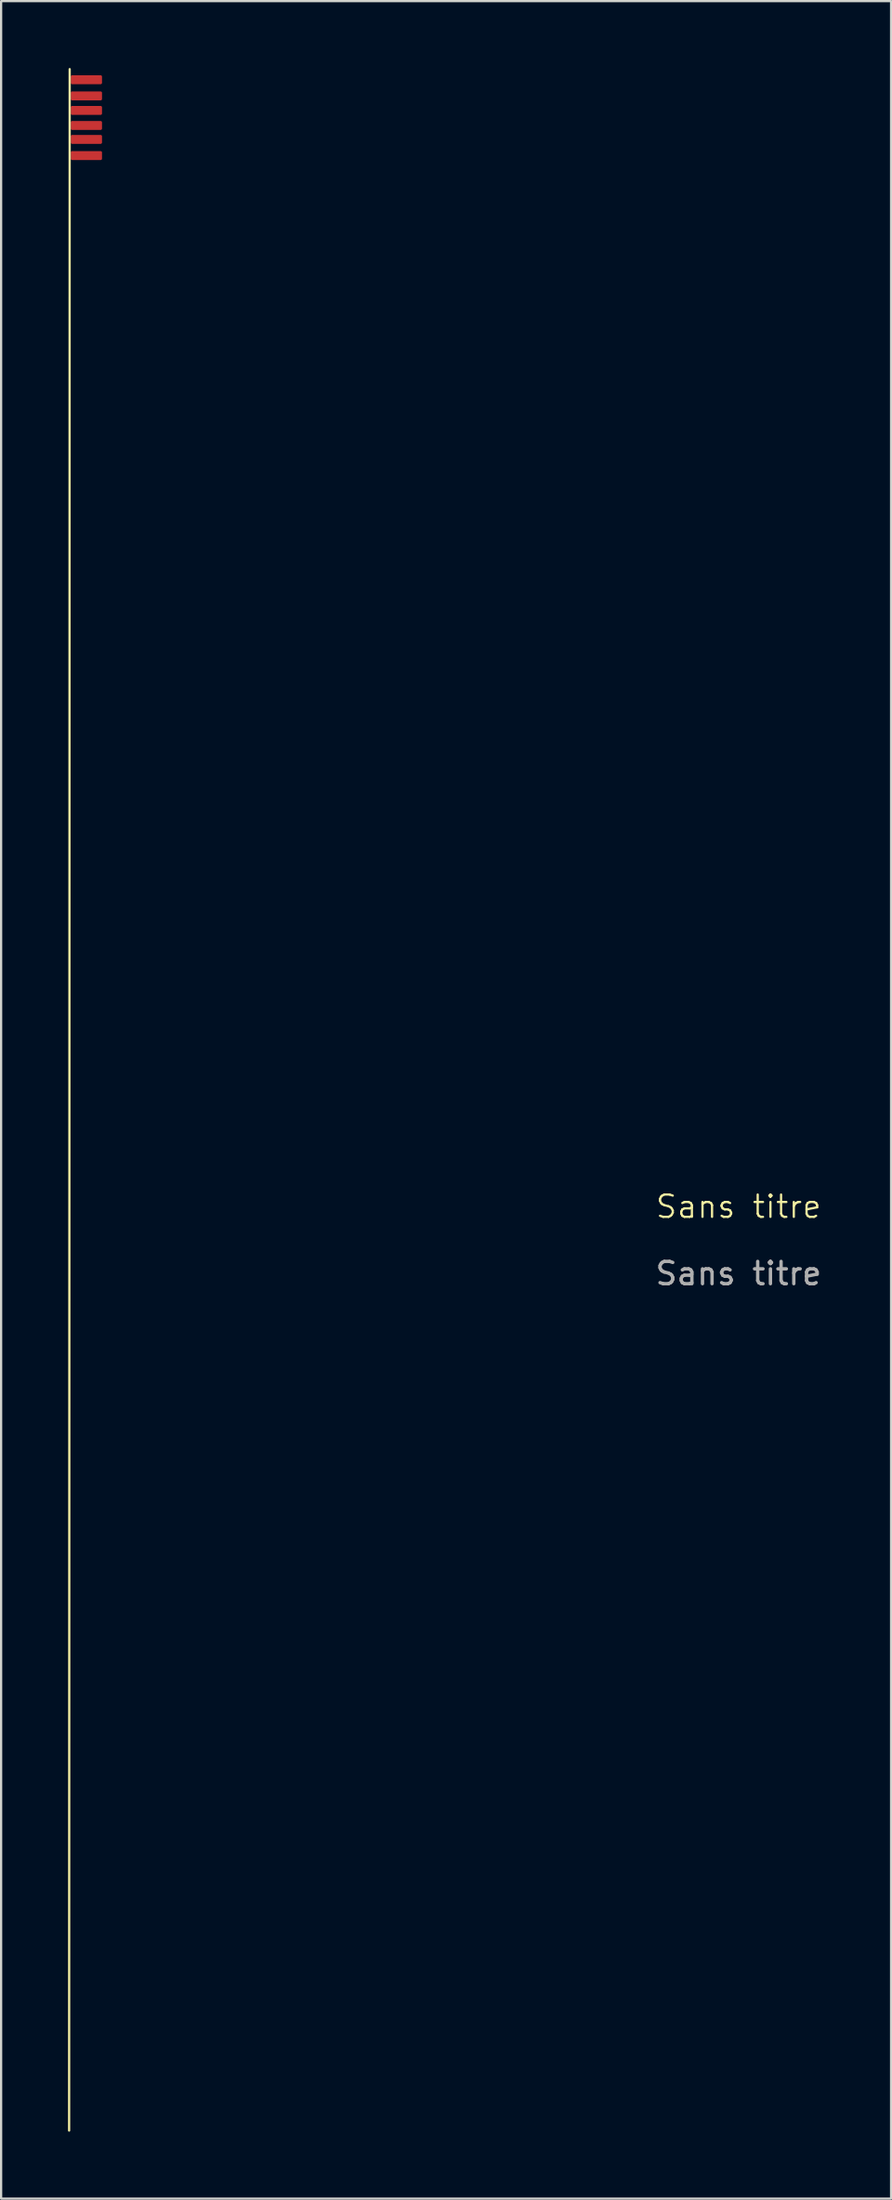
<source format=kicad_pcb>
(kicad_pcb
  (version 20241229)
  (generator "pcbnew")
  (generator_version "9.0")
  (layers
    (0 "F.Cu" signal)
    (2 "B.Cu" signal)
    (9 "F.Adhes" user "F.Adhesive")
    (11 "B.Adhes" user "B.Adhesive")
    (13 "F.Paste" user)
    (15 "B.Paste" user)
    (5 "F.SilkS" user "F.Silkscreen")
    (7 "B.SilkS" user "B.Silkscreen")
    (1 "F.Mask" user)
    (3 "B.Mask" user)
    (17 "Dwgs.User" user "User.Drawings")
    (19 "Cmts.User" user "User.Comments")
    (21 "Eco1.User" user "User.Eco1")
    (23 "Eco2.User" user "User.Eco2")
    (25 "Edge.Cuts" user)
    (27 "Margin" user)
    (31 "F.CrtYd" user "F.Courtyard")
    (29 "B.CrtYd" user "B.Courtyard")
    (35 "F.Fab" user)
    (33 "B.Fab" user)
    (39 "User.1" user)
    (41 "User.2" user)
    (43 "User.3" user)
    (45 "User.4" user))
  (footprint "Sans titre"
    (layer "F.Cu")
    (at 30.075 51.55)
    (property "Reference" "Sans titre" (at 0 -0.5 0) (unlocked yes) (layer "F.SilkS") (effects (font (size 1 1) (thickness 0.1))))
    (attr through_hole)
    (fp_line (start -30 -51.5) (end -30.025 40.925) (stroke (width 0.1) (type default)) (layer "F.SilkS"))
    (fp_text user "${REFERENCE}" (at 0 2.5 0) (unlocked yes) (layer "F.Fab") (effects (font (size 1 1) (thickness 0.15))))
    (pad "1" smd roundrect (at -29.25 -51.025) (size 1.4 0.4) (layers "F.Cu" "F.Mask" "F.Paste") (roundrect_rratio 0.15))
    (pad "1" smd roundrect (at -29.25 -50.3) (size 1.4 0.4) (layers "F.Cu" "F.Mask" "F.Paste") (roundrect_rratio 0.15))
    (pad "1" smd roundrect (at -29.25 -49.65) (size 1.4 0.4) (layers "F.Cu" "F.Mask" "F.Paste") (roundrect_rratio 0.15))
    (pad "1" smd roundrect (at -29.25 -48.975) (size 1.4 0.4) (layers "F.Cu" "F.Mask" "F.Paste") (roundrect_rratio 0.15))
    (pad "1" smd roundrect (at -29.25 -48.35) (size 1.4 0.4) (layers "F.Cu" "F.Mask" "F.Paste") (roundrect_rratio 0.15))
    (pad "1" smd roundrect (at -29.25 -47.625) (size 1.4 0.4) (layers "F.Cu" "F.Mask" "F.Paste") (roundrect_rratio 0.15)))
  (gr_rect
    (start -3 -3)
    (end 36.914 95.525)
    (stroke (width 0.1) (type default))
    (fill no)
    (layer "Edge.Cuts")))
</source>
